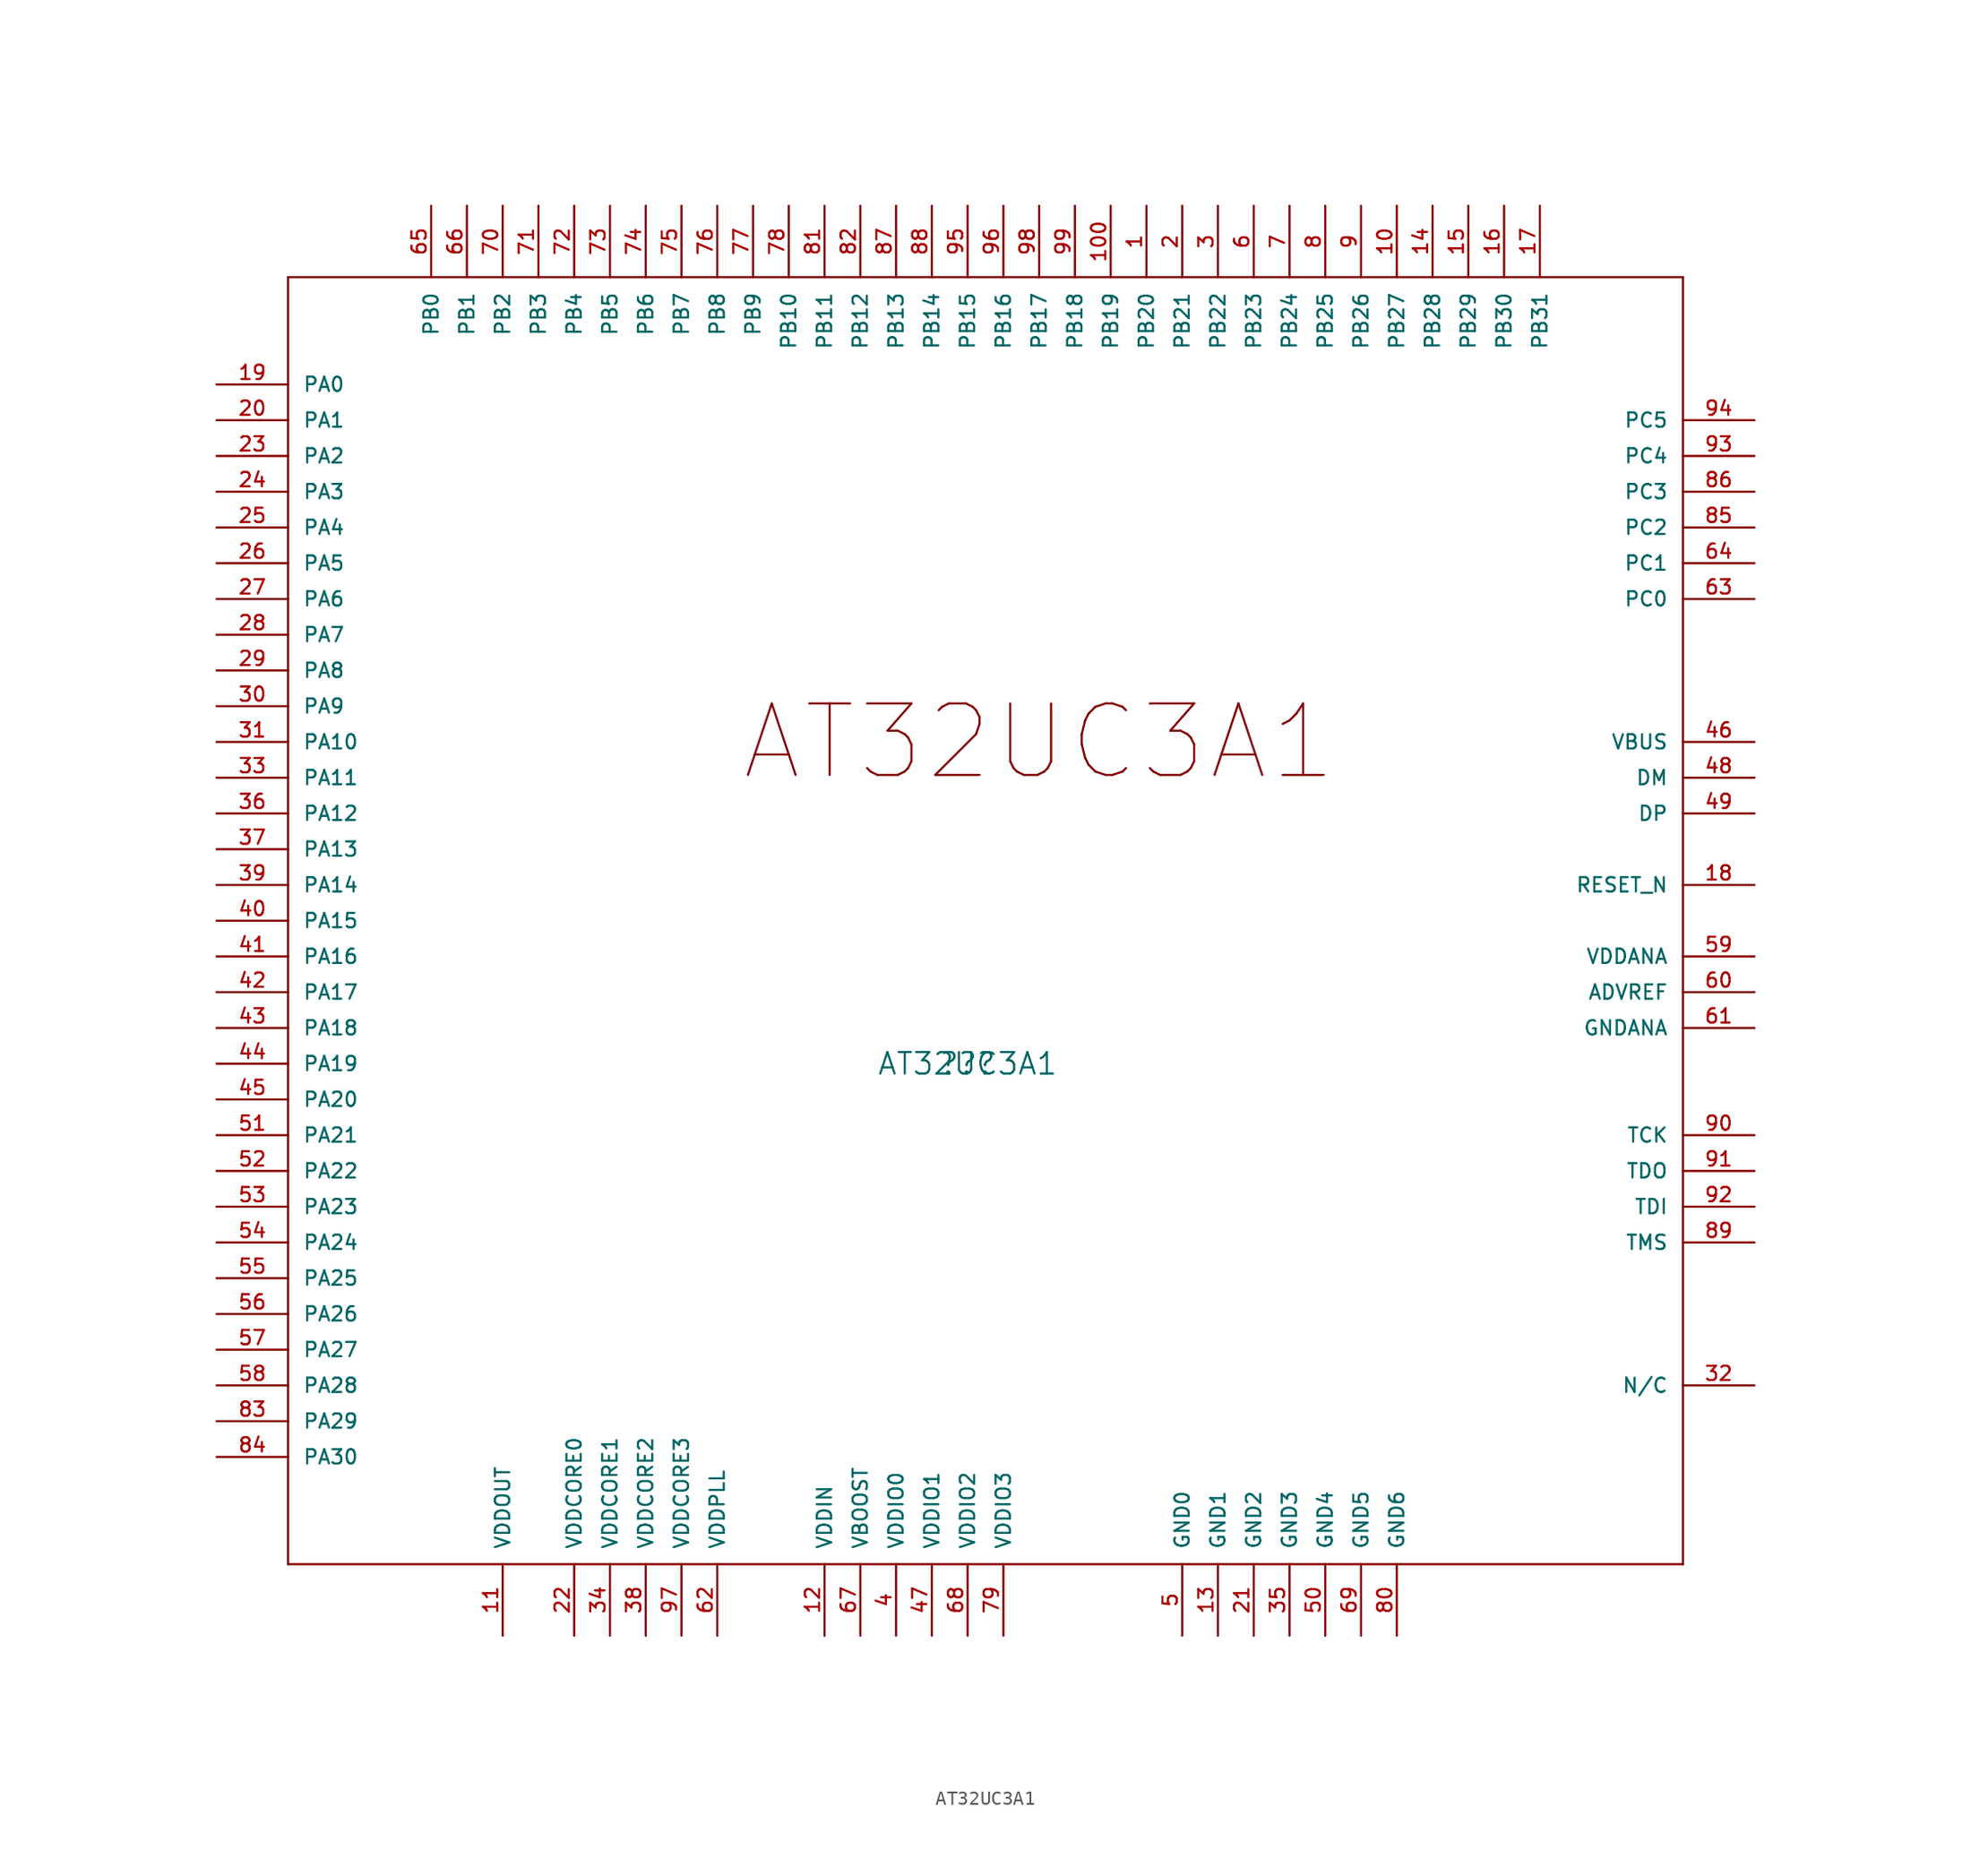
<source format=kicad_sym>
(kicad_symbol_lib
  (version 20211014)
  (generator kicad_symbol_editor)
  (symbol "AT32UC3A1"
    (pin_names
      (offset 1.016))
    (property "Reference" "??"
      (at 0 0 0)
      (effects (font (size 1.524 1.524))))
    (property "Value" "AT32UC3A1"
      (at 0 0 0)
      (effects (font (size 1.524 1.524))))
    (property "Footprint" ""
      (at 0 0 0)
      (effects (font (size 1.524 1.524))))
    (property "Datasheet" ""
      (at 0 0 0)
      (effects (font (size 1.524 1.524))))
    (property "ki_locked" ""
      (at 0 0 0)
      (effects (font (size 1.27 1.27))))
    (symbol "AT32UC3A1_1_0"
      (polyline (pts (xy -48.26 -35.56) (xy 50.8 -35.56)) (stroke (width 0) (type default) (color 0 0 0 0)) (fill (type none)))
      (polyline (pts (xy -48.26 55.88) (xy -48.26 -35.56)) (stroke (width 0) (type default) (color 0 0 0 0)) (fill (type none)))
      (polyline (pts (xy -48.26 55.88) (xy 50.8 55.88)) (stroke (width 0) (type default) (color 0 0 0 0)) (fill (type none)))
      (polyline (pts (xy 50.8 55.88) (xy 50.8 -35.56)) (stroke (width 0) (type default) (color 0 0 0 0)) (fill (type none)))
      (text "AT32UC3A1" (at 5.08 22.86 0) (effects (font (size 5.08 5.08)))))
    (symbol "AT32UC3A1_1_1"
      (pin bidirectional line (at 12.7 60.96 270) (length 5.08) (name "PB20" (effects (font (size 1.016 1.016)))) (number "1" (effects (font (size 1.016 1.016)))))
      (pin bidirectional line (at 30.48 60.96 270) (length 5.08) (name "PB27" (effects (font (size 1.016 1.016)))) (number "10" (effects (font (size 1.016 1.016)))))
      (pin bidirectional line (at 10.16 60.96 270) (length 5.08) (name "PB19" (effects (font (size 1.016 1.016)))) (number "100" (effects (font (size 1.016 1.016)))))
      (pin power_in line (at -33.02 -40.64 90) (length 5.08) (name "VDDOUT" (effects (font (size 1.016 1.016)))) (number "11" (effects (font (size 1.016 1.016)))))
      (pin power_in line (at -10.16 -40.64 90) (length 5.08) (name "VDDIN" (effects (font (size 1.016 1.016)))) (number "12" (effects (font (size 1.016 1.016)))))
      (pin power_in line (at 17.78 -40.64 90) (length 5.08) (name "GND1" (effects (font (size 1.016 1.016)))) (number "13" (effects (font (size 1.016 1.016)))))
      (pin bidirectional line (at 33.02 60.96 270) (length 5.08) (name "PB28" (effects (font (size 1.016 1.016)))) (number "14" (effects (font (size 1.016 1.016)))))
      (pin bidirectional line (at 35.56 60.96 270) (length 5.08) (name "PB29" (effects (font (size 1.016 1.016)))) (number "15" (effects (font (size 1.016 1.016)))))
      (pin bidirectional line (at 38.1 60.96 270) (length 5.08) (name "PB30" (effects (font (size 1.016 1.016)))) (number "16" (effects (font (size 1.016 1.016)))))
      (pin bidirectional line (at 40.64 60.96 270) (length 5.08) (name "PB31" (effects (font (size 1.016 1.016)))) (number "17" (effects (font (size 1.016 1.016)))))
      (pin input line (at 55.88 12.7 180) (length 5.08) (name "RESET_N" (effects (font (size 1.016 1.016)))) (number "18" (effects (font (size 1.016 1.016)))))
      (pin bidirectional line (at -53.34 48.26 0) (length 5.08) (name "PA0" (effects (font (size 1.016 1.016)))) (number "19" (effects (font (size 1.016 1.016)))))
      (pin bidirectional line (at 15.24 60.96 270) (length 5.08) (name "PB21" (effects (font (size 1.016 1.016)))) (number "2" (effects (font (size 1.016 1.016)))))
      (pin bidirectional line (at -53.34 45.72 0) (length 5.08) (name "PA1" (effects (font (size 1.016 1.016)))) (number "20" (effects (font (size 1.016 1.016)))))
      (pin power_in line (at 20.32 -40.64 90) (length 5.08) (name "GND2" (effects (font (size 1.016 1.016)))) (number "21" (effects (font (size 1.016 1.016)))))
      (pin power_in line (at -27.94 -40.64 90) (length 5.08) (name "VDDCORE0" (effects (font (size 1.016 1.016)))) (number "22" (effects (font (size 1.016 1.016)))))
      (pin bidirectional line (at -53.34 43.18 0) (length 5.08) (name "PA2" (effects (font (size 1.016 1.016)))) (number "23" (effects (font (size 1.016 1.016)))))
      (pin bidirectional line (at -53.34 40.64 0) (length 5.08) (name "PA3" (effects (font (size 1.016 1.016)))) (number "24" (effects (font (size 1.016 1.016)))))
      (pin bidirectional line (at -53.34 38.1 0) (length 5.08) (name "PA4" (effects (font (size 1.016 1.016)))) (number "25" (effects (font (size 1.016 1.016)))))
      (pin bidirectional line (at -53.34 35.56 0) (length 5.08) (name "PA5" (effects (font (size 1.016 1.016)))) (number "26" (effects (font (size 1.016 1.016)))))
      (pin bidirectional line (at -53.34 33.02 0) (length 5.08) (name "PA6" (effects (font (size 1.016 1.016)))) (number "27" (effects (font (size 1.016 1.016)))))
      (pin bidirectional line (at -53.34 30.48 0) (length 5.08) (name "PA7" (effects (font (size 1.016 1.016)))) (number "28" (effects (font (size 1.016 1.016)))))
      (pin bidirectional line (at -53.34 27.94 0) (length 5.08) (name "PA8" (effects (font (size 1.016 1.016)))) (number "29" (effects (font (size 1.016 1.016)))))
      (pin bidirectional line (at 17.78 60.96 270) (length 5.08) (name "PB22" (effects (font (size 1.016 1.016)))) (number "3" (effects (font (size 1.016 1.016)))))
      (pin bidirectional line (at -53.34 25.4 0) (length 5.08) (name "PA9" (effects (font (size 1.016 1.016)))) (number "30" (effects (font (size 1.016 1.016)))))
      (pin bidirectional line (at -53.34 22.86 0) (length 5.08) (name "PA10" (effects (font (size 1.016 1.016)))) (number "31" (effects (font (size 1.016 1.016)))))
      (pin unspecified line (at 55.88 -22.86 180) (length 5.08) (name "N/C" (effects (font (size 1.016 1.016)))) (number "32" (effects (font (size 1.016 1.016)))))
      (pin bidirectional line (at -53.34 20.32 0) (length 5.08) (name "PA11" (effects (font (size 1.016 1.016)))) (number "33" (effects (font (size 1.016 1.016)))))
      (pin power_in line (at -25.4 -40.64 90) (length 5.08) (name "VDDCORE1" (effects (font (size 1.016 1.016)))) (number "34" (effects (font (size 1.016 1.016)))))
      (pin power_in line (at 22.86 -40.64 90) (length 5.08) (name "GND3" (effects (font (size 1.016 1.016)))) (number "35" (effects (font (size 1.016 1.016)))))
      (pin bidirectional line (at -53.34 17.78 0) (length 5.08) (name "PA12" (effects (font (size 1.016 1.016)))) (number "36" (effects (font (size 1.016 1.016)))))
      (pin bidirectional line (at -53.34 15.24 0) (length 5.08) (name "PA13" (effects (font (size 1.016 1.016)))) (number "37" (effects (font (size 1.016 1.016)))))
      (pin power_in line (at -22.86 -40.64 90) (length 5.08) (name "VDDCORE2" (effects (font (size 1.016 1.016)))) (number "38" (effects (font (size 1.016 1.016)))))
      (pin bidirectional line (at -53.34 12.7 0) (length 5.08) (name "PA14" (effects (font (size 1.016 1.016)))) (number "39" (effects (font (size 1.016 1.016)))))
      (pin power_in line (at -5.08 -40.64 90) (length 5.08) (name "VDDIO0" (effects (font (size 1.016 1.016)))) (number "4" (effects (font (size 1.016 1.016)))))
      (pin bidirectional line (at -53.34 10.16 0) (length 5.08) (name "PA15" (effects (font (size 1.016 1.016)))) (number "40" (effects (font (size 1.016 1.016)))))
      (pin bidirectional line (at -53.34 7.62 0) (length 5.08) (name "PA16" (effects (font (size 1.016 1.016)))) (number "41" (effects (font (size 1.016 1.016)))))
      (pin bidirectional line (at -53.34 5.08 0) (length 5.08) (name "PA17" (effects (font (size 1.016 1.016)))) (number "42" (effects (font (size 1.016 1.016)))))
      (pin bidirectional line (at -53.34 2.54 0) (length 5.08) (name "PA18" (effects (font (size 1.016 1.016)))) (number "43" (effects (font (size 1.016 1.016)))))
      (pin bidirectional line (at -53.34 0 0) (length 5.08) (name "PA19" (effects (font (size 1.016 1.016)))) (number "44" (effects (font (size 1.016 1.016)))))
      (pin bidirectional line (at -53.34 -2.54 0) (length 5.08) (name "PA20" (effects (font (size 1.016 1.016)))) (number "45" (effects (font (size 1.016 1.016)))))
      (pin power_in line (at 55.88 22.86 180) (length 5.08) (name "VBUS" (effects (font (size 1.016 1.016)))) (number "46" (effects (font (size 1.016 1.016)))))
      (pin power_in line (at -2.54 -40.64 90) (length 5.08) (name "VDDIO1" (effects (font (size 1.016 1.016)))) (number "47" (effects (font (size 1.016 1.016)))))
      (pin bidirectional line (at 55.88 20.32 180) (length 5.08) (name "DM" (effects (font (size 1.016 1.016)))) (number "48" (effects (font (size 1.016 1.016)))))
      (pin bidirectional line (at 55.88 17.78 180) (length 5.08) (name "DP" (effects (font (size 1.016 1.016)))) (number "49" (effects (font (size 1.016 1.016)))))
      (pin power_in line (at 15.24 -40.64 90) (length 5.08) (name "GND0" (effects (font (size 1.016 1.016)))) (number "5" (effects (font (size 1.016 1.016)))))
      (pin power_in line (at 25.4 -40.64 90) (length 5.08) (name "GND4" (effects (font (size 1.016 1.016)))) (number "50" (effects (font (size 1.016 1.016)))))
      (pin bidirectional line (at -53.34 -5.08 0) (length 5.08) (name "PA21" (effects (font (size 1.016 1.016)))) (number "51" (effects (font (size 1.016 1.016)))))
      (pin bidirectional line (at -53.34 -7.62 0) (length 5.08) (name "PA22" (effects (font (size 1.016 1.016)))) (number "52" (effects (font (size 1.016 1.016)))))
      (pin bidirectional line (at -53.34 -10.16 0) (length 5.08) (name "PA23" (effects (font (size 1.016 1.016)))) (number "53" (effects (font (size 1.016 1.016)))))
      (pin bidirectional line (at -53.34 -12.7 0) (length 5.08) (name "PA24" (effects (font (size 1.016 1.016)))) (number "54" (effects (font (size 1.016 1.016)))))
      (pin bidirectional line (at -53.34 -15.24 0) (length 5.08) (name "PA25" (effects (font (size 1.016 1.016)))) (number "55" (effects (font (size 1.016 1.016)))))
      (pin bidirectional line (at -53.34 -17.78 0) (length 5.08) (name "PA26" (effects (font (size 1.016 1.016)))) (number "56" (effects (font (size 1.016 1.016)))))
      (pin bidirectional line (at -53.34 -20.32 0) (length 5.08) (name "PA27" (effects (font (size 1.016 1.016)))) (number "57" (effects (font (size 1.016 1.016)))))
      (pin bidirectional line (at -53.34 -22.86 0) (length 5.08) (name "PA28" (effects (font (size 1.016 1.016)))) (number "58" (effects (font (size 1.016 1.016)))))
      (pin power_in line (at 55.88 7.62 180) (length 5.08) (name "VDDANA" (effects (font (size 1.016 1.016)))) (number "59" (effects (font (size 1.016 1.016)))))
      (pin bidirectional line (at 20.32 60.96 270) (length 5.08) (name "PB23" (effects (font (size 1.016 1.016)))) (number "6" (effects (font (size 1.016 1.016)))))
      (pin power_in line (at 55.88 5.08 180) (length 5.08) (name "ADVREF" (effects (font (size 1.016 1.016)))) (number "60" (effects (font (size 1.016 1.016)))))
      (pin power_in line (at 55.88 2.54 180) (length 5.08) (name "GNDANA" (effects (font (size 1.016 1.016)))) (number "61" (effects (font (size 1.016 1.016)))))
      (pin power_in line (at -17.78 -40.64 90) (length 5.08) (name "VDDPLL" (effects (font (size 1.016 1.016)))) (number "62" (effects (font (size 1.016 1.016)))))
      (pin bidirectional line (at 55.88 33.02 180) (length 5.08) (name "PC0" (effects (font (size 1.016 1.016)))) (number "63" (effects (font (size 1.016 1.016)))))
      (pin bidirectional line (at 55.88 35.56 180) (length 5.08) (name "PC1" (effects (font (size 1.016 1.016)))) (number "64" (effects (font (size 1.016 1.016)))))
      (pin bidirectional line (at -38.1 60.96 270) (length 5.08) (name "PB0" (effects (font (size 1.016 1.016)))) (number "65" (effects (font (size 1.016 1.016)))))
      (pin bidirectional line (at -35.56 60.96 270) (length 5.08) (name "PB1" (effects (font (size 1.016 1.016)))) (number "66" (effects (font (size 1.016 1.016)))))
      (pin power_in line (at -7.62 -40.64 90) (length 5.08) (name "VBOOST" (effects (font (size 1.016 1.016)))) (number "67" (effects (font (size 1.016 1.016)))))
      (pin power_in line (at 0 -40.64 90) (length 5.08) (name "VDDIO2" (effects (font (size 1.016 1.016)))) (number "68" (effects (font (size 1.016 1.016)))))
      (pin power_in line (at 27.94 -40.64 90) (length 5.08) (name "GND5" (effects (font (size 1.016 1.016)))) (number "69" (effects (font (size 1.016 1.016)))))
      (pin bidirectional line (at 22.86 60.96 270) (length 5.08) (name "PB24" (effects (font (size 1.016 1.016)))) (number "7" (effects (font (size 1.016 1.016)))))
      (pin bidirectional line (at -33.02 60.96 270) (length 5.08) (name "PB2" (effects (font (size 1.016 1.016)))) (number "70" (effects (font (size 1.016 1.016)))))
      (pin bidirectional line (at -30.48 60.96 270) (length 5.08) (name "PB3" (effects (font (size 1.016 1.016)))) (number "71" (effects (font (size 1.016 1.016)))))
      (pin bidirectional line (at -27.94 60.96 270) (length 5.08) (name "PB4" (effects (font (size 1.016 1.016)))) (number "72" (effects (font (size 1.016 1.016)))))
      (pin bidirectional line (at -25.4 60.96 270) (length 5.08) (name "PB5" (effects (font (size 1.016 1.016)))) (number "73" (effects (font (size 1.016 1.016)))))
      (pin bidirectional line (at -22.86 60.96 270) (length 5.08) (name "PB6" (effects (font (size 1.016 1.016)))) (number "74" (effects (font (size 1.016 1.016)))))
      (pin bidirectional line (at -20.32 60.96 270) (length 5.08) (name "PB7" (effects (font (size 1.016 1.016)))) (number "75" (effects (font (size 1.016 1.016)))))
      (pin bidirectional line (at -17.78 60.96 270) (length 5.08) (name "PB8" (effects (font (size 1.016 1.016)))) (number "76" (effects (font (size 1.016 1.016)))))
      (pin bidirectional line (at -15.24 60.96 270) (length 5.08) (name "PB9" (effects (font (size 1.016 1.016)))) (number "77" (effects (font (size 1.016 1.016)))))
      (pin bidirectional line (at -12.7 60.96 270) (length 5.08) (name "PB10" (effects (font (size 1.016 1.016)))) (number "78" (effects (font (size 1.016 1.016)))))
      (pin power_in line (at 2.54 -40.64 90) (length 5.08) (name "VDDIO3" (effects (font (size 1.016 1.016)))) (number "79" (effects (font (size 1.016 1.016)))))
      (pin bidirectional line (at 25.4 60.96 270) (length 5.08) (name "PB25" (effects (font (size 1.016 1.016)))) (number "8" (effects (font (size 1.016 1.016)))))
      (pin power_in line (at 30.48 -40.64 90) (length 5.08) (name "GND6" (effects (font (size 1.016 1.016)))) (number "80" (effects (font (size 1.016 1.016)))))
      (pin bidirectional line (at -10.16 60.96 270) (length 5.08) (name "PB11" (effects (font (size 1.016 1.016)))) (number "81" (effects (font (size 1.016 1.016)))))
      (pin bidirectional line (at -7.62 60.96 270) (length 5.08) (name "PB12" (effects (font (size 1.016 1.016)))) (number "82" (effects (font (size 1.016 1.016)))))
      (pin bidirectional line (at -53.34 -25.4 0) (length 5.08) (name "PA29" (effects (font (size 1.016 1.016)))) (number "83" (effects (font (size 1.016 1.016)))))
      (pin bidirectional line (at -53.34 -27.94 0) (length 5.08) (name "PA30" (effects (font (size 1.016 1.016)))) (number "84" (effects (font (size 1.016 1.016)))))
      (pin bidirectional line (at 55.88 38.1 180) (length 5.08) (name "PC2" (effects (font (size 1.016 1.016)))) (number "85" (effects (font (size 1.016 1.016)))))
      (pin bidirectional line (at 55.88 40.64 180) (length 5.08) (name "PC3" (effects (font (size 1.016 1.016)))) (number "86" (effects (font (size 1.016 1.016)))))
      (pin bidirectional line (at -5.08 60.96 270) (length 5.08) (name "PB13" (effects (font (size 1.016 1.016)))) (number "87" (effects (font (size 1.016 1.016)))))
      (pin bidirectional line (at -2.54 60.96 270) (length 5.08) (name "PB14" (effects (font (size 1.016 1.016)))) (number "88" (effects (font (size 1.016 1.016)))))
      (pin bidirectional line (at 55.88 -12.7 180) (length 5.08) (name "TMS" (effects (font (size 1.016 1.016)))) (number "89" (effects (font (size 1.016 1.016)))))
      (pin bidirectional line (at 27.94 60.96 270) (length 5.08) (name "PB26" (effects (font (size 1.016 1.016)))) (number "9" (effects (font (size 1.016 1.016)))))
      (pin bidirectional line (at 55.88 -5.08 180) (length 5.08) (name "TCK" (effects (font (size 1.016 1.016)))) (number "90" (effects (font (size 1.016 1.016)))))
      (pin bidirectional line (at 55.88 -7.62 180) (length 5.08) (name "TDO" (effects (font (size 1.016 1.016)))) (number "91" (effects (font (size 1.016 1.016)))))
      (pin bidirectional line (at 55.88 -10.16 180) (length 5.08) (name "TDI" (effects (font (size 1.016 1.016)))) (number "92" (effects (font (size 1.016 1.016)))))
      (pin bidirectional line (at 55.88 43.18 180) (length 5.08) (name "PC4" (effects (font (size 1.016 1.016)))) (number "93" (effects (font (size 1.016 1.016)))))
      (pin bidirectional line (at 55.88 45.72 180) (length 5.08) (name "PC5" (effects (font (size 1.016 1.016)))) (number "94" (effects (font (size 1.016 1.016)))))
      (pin bidirectional line (at 0 60.96 270) (length 5.08) (name "PB15" (effects (font (size 1.016 1.016)))) (number "95" (effects (font (size 1.016 1.016)))))
      (pin bidirectional line (at 2.54 60.96 270) (length 5.08) (name "PB16" (effects (font (size 1.016 1.016)))) (number "96" (effects (font (size 1.016 1.016)))))
      (pin power_in line (at -20.32 -40.64 90) (length 5.08) (name "VDDCORE3" (effects (font (size 1.016 1.016)))) (number "97" (effects (font (size 1.016 1.016)))))
      (pin bidirectional line (at 5.08 60.96 270) (length 5.08) (name "PB17" (effects (font (size 1.016 1.016)))) (number "98" (effects (font (size 1.016 1.016)))))
      (pin bidirectional line (at 7.62 60.96 270) (length 5.08) (name "PB18" (effects (font (size 1.016 1.016)))) (number "99" (effects (font (size 1.016 1.016))))))))
</source>
